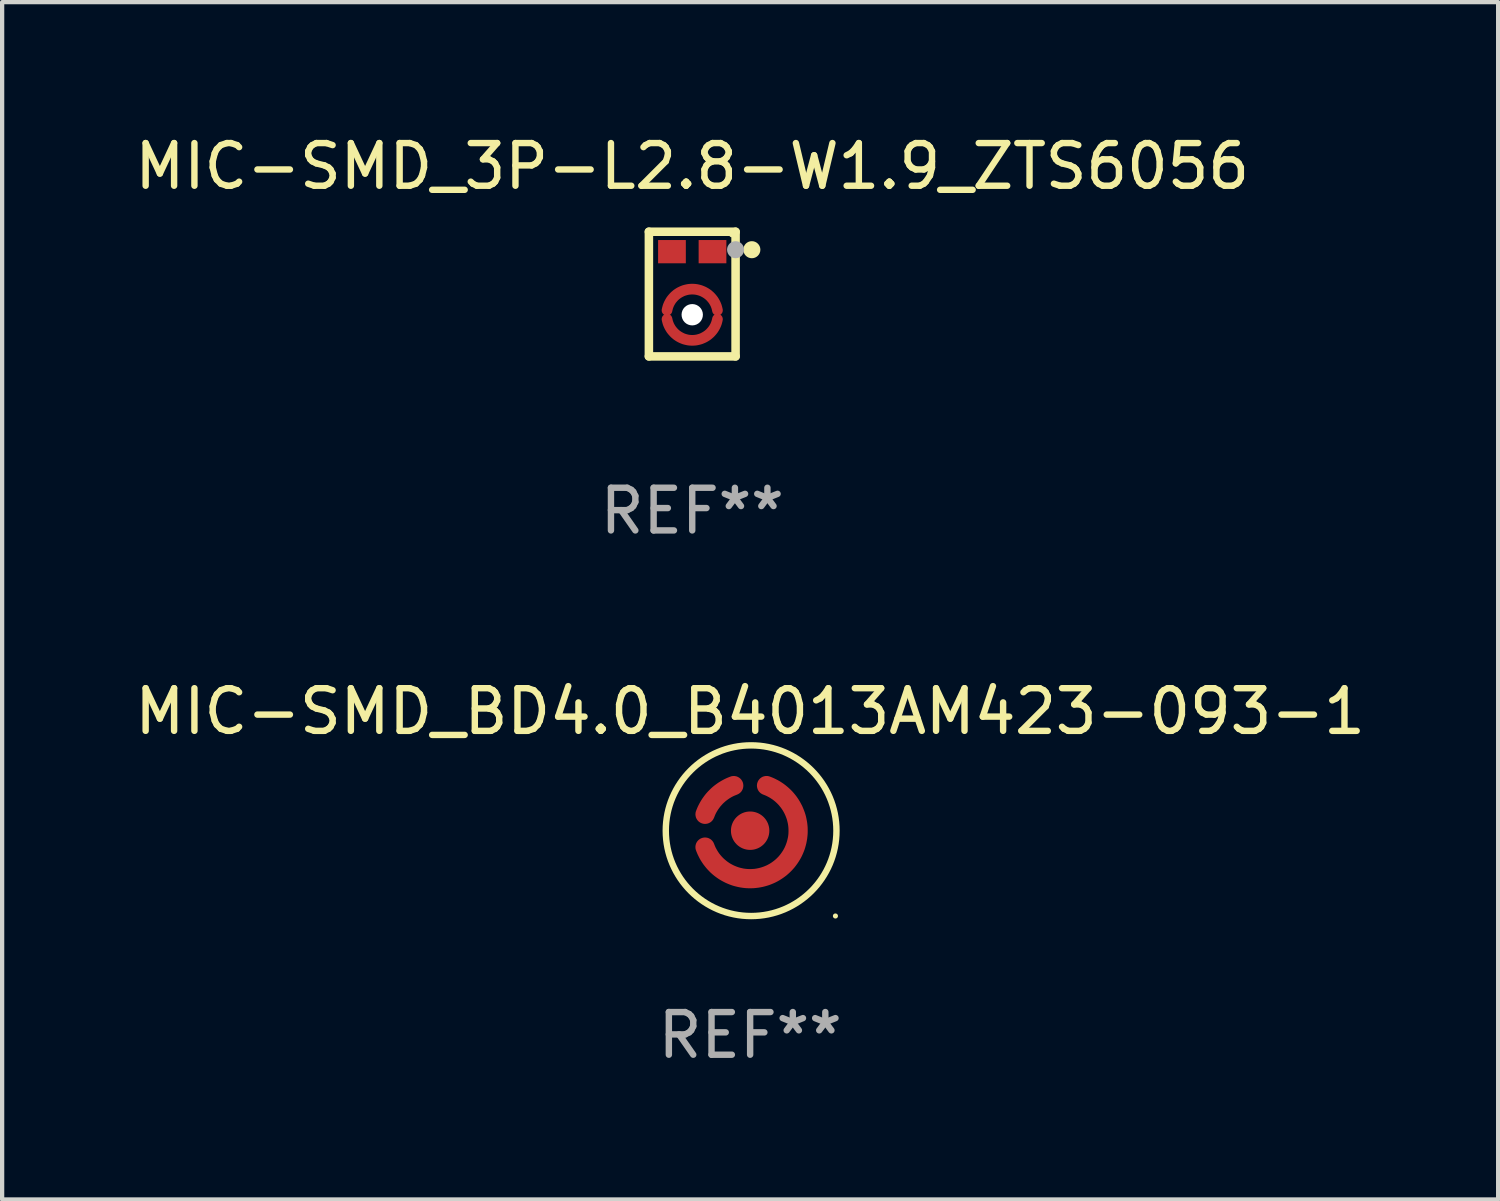
<source format=kicad_pcb>
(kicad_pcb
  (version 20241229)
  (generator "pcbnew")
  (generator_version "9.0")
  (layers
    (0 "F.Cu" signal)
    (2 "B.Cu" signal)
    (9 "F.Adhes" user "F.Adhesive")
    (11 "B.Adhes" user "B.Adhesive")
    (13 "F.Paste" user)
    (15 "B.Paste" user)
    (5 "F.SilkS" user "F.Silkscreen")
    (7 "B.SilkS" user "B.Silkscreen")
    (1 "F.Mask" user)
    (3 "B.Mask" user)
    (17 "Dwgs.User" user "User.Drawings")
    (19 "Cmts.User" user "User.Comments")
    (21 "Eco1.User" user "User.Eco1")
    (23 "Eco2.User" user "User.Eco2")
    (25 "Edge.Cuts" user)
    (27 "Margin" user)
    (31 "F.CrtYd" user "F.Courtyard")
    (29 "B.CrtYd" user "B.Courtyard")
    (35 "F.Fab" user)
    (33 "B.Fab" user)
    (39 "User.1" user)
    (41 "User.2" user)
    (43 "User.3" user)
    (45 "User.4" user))
  (footprint "MIC-SMD_BD4.0_B4013AM423-093-1"
    (layer "F.Cu")
    (at 14.53 16.418)
    (property "Reference" "MIC-SMD_BD4.0_B4013AM423-093-1" (at -0.000025 -2.795 0) (layer "F.SilkS") (effects (font (size 1 1) (thickness 0.15))))
    (attr through_hole)
    (fp_circle (center 0.023 0.000127) (end 2.023 0.000127) (stroke (width 0.15) (type solid)) (fill no) (layer "F.SilkS"))
    (fp_circle (center 1.999 1.999) (end 2.029 1.999) (stroke (width 0.06) (type solid)) (fill no) (layer "F.SilkS"))
    (fp_text user "REF**" (at -0.000025 4.795 0) (layer "F.Fab") (effects (font (size 1 1) (thickness 0.15))))
    (pad "1" smd circle (at 0.000102 0.000127) (size 0.9 0.9) (layers "F.Cu" "F.Mask" "F.Paste"))
    (pad "2" smd custom (at -0.795 -0.795) (size 0.1 0.1) (layers "F.Cu" "F.Mask" "F.Paste") (options (anchor circle)) (primitives (gr_poly (pts (xy 0.488 -0.05) (xy 0.447 -0.034) (xy 0.407 -0.017) (xy 0.368 0.003) (xy 0.33 0.025) (xy 0.294 0.048) (xy 0.258 0.074) (xy 0.224 0.1) (xy 0.191 0.129) (xy 0.159 0.159) (xy 0.129 0.191) (xy 0.1 0.224) (xy 0.074 0.258) (xy 0.048 0.294) (xy 0.025 0.33) (xy 0.003 0.368) (xy -0.017 0.407) (xy -0.034 0.447) (xy -0.05 0.488) (xy -0.059 0.507) (xy -0.069 0.526) (xy -0.081 0.544) (xy -0.094 0.561) (xy -0.109 0.576) (xy -0.125 0.59) (xy -0.143 0.602) (xy -0.162 0.612) (xy -0.181 0.621) (xy -0.202 0.628) (xy -0.223 0.632) (xy -0.244 0.635) (xy -0.265 0.636) (xy -0.287 0.634) (xy -0.308 0.631) (xy -0.329 0.625) (xy -0.349 0.618) (xy -0.368 0.609) (xy -0.386 0.598) (xy -0.404 0.585) (xy -0.42 0.571) (xy -0.434 0.555) (xy -0.447 0.538) (xy -0.458 0.52) (xy -0.468 0.501) (xy -0.476 0.481) (xy -0.481 0.46) (xy -0.485 0.439) (xy -0.487 0.418) (xy -0.486 0.396) (xy -0.484 0.375) (xy -0.48 0.354) (xy -0.473 0.334) (xy -0.454 0.284) (xy -0.433 0.235) (xy -0.409 0.186) (xy -0.384 0.139) (xy -0.357 0.093) (xy -0.329 0.048) (xy -0.298 0.004) (xy -0.266 -0.039) (xy -0.232 -0.081) (xy -0.196 -0.121) (xy -0.159 -0.159) (xy -0.121 -0.196) (xy -0.081 -0.232) (xy -0.039 -0.266) (xy 0.004 -0.298) (xy 0.048 -0.329) (xy 0.093 -0.357) (xy 0.139 -0.384) (xy 0.186 -0.409) (xy 0.235 -0.433) (xy 0.284 -0.454) (xy 0.334 -0.473) (xy 0.354 -0.48) (xy 0.375 -0.484) (xy 0.396 -0.486) (xy 0.418 -0.487) (xy 0.439 -0.485) (xy 0.46 -0.481) (xy 0.481 -0.476) (xy 0.501 -0.468) (xy 0.52 -0.458) (xy 0.538 -0.447) (xy 0.555 -0.434) (xy 0.571 -0.42) (xy 0.585 -0.404) (xy 0.598 -0.386) (xy 0.609 -0.368) (xy 0.618 -0.349) (xy 0.626 -0.329) (xy 0.631 -0.308) (xy 0.634 -0.287) (xy 0.636 -0.265) (xy 0.635 -0.244) (xy 0.632 -0.223) (xy 0.628 -0.202) (xy 0.621 -0.181) (xy 0.612 -0.162) (xy 0.602 -0.143) (xy 0.59 -0.125) (xy 0.576 -0.109) (xy 0.561 -0.094) (xy 0.544 -0.081) (xy 0.526 -0.069) (xy 0.507 -0.059) (xy 0.488 -0.05)) (width 0) (fill yes))))
    (pad "2" smd custom (at 0.795 0.795) (size 0.1 0.1) (layers "F.Cu" "F.Mask" "F.Paste") (options (anchor circle)) (primitives (gr_poly (pts (xy -1.641 -0.488) (xy -1.625 -0.448) (xy -1.608 -0.408) (xy -1.588 -0.37) (xy -1.567 -0.333) (xy -1.544 -0.296) (xy -1.52 -0.261) (xy -1.493 -0.227) (xy -1.465 -0.194) (xy -1.436 -0.163) (xy -1.405 -0.133) (xy -1.372 -0.105) (xy -1.339 -0.078) (xy -1.304 -0.053) (xy -1.268 -0.029) (xy -1.231 -0.008) (xy -1.193 0.012) (xy -1.154 0.03) (xy -1.114 0.046) (xy -1.073 0.061) (xy -1.032 0.073) (xy -0.99 0.083) (xy -0.948 0.092) (xy -0.905 0.098) (xy -0.863 0.102) (xy -0.82 0.104) (xy -0.777 0.104) (xy -0.734 0.102) (xy -0.691 0.099) (xy -0.648 0.092) (xy -0.606 0.084) (xy -0.564 0.074) (xy -0.523 0.062) (xy -0.482 0.048) (xy -0.442 0.032) (xy -0.403 0.015) (xy -0.365 -0.005) (xy -0.328 -0.026) (xy -0.291 -0.05) (xy -0.256 -0.075) (xy -0.223 -0.101) (xy -0.19 -0.129) (xy -0.159 -0.159) (xy -0.129 -0.19) (xy -0.101 -0.223) (xy -0.075 -0.256) (xy -0.05 -0.292) (xy -0.026 -0.328) (xy -0.005 -0.365) (xy 0.015 -0.403) (xy 0.032 -0.442) (xy 0.048 -0.482) (xy 0.062 -0.523) (xy 0.074 -0.564) (xy 0.084 -0.606) (xy 0.093 -0.648) (xy 0.099 -0.691) (xy 0.103 -0.734) (xy 0.104 -0.777) (xy 0.104 -0.82) (xy 0.102 -0.863) (xy 0.098 -0.905) (xy 0.092 -0.948) (xy 0.083 -0.99) (xy 0.073 -1.032) (xy 0.061 -1.073) (xy 0.046 -1.114) (xy 0.03 -1.154) (xy 0.012 -1.193) (xy -0.008 -1.231) (xy -0.029 -1.268) (xy -0.053 -1.304) (xy -0.078 -1.339) (xy -0.105 -1.372) (xy -0.133 -1.405) (xy -0.163 -1.436) (xy -0.194 -1.465) (xy -0.227 -1.493) (xy -0.261 -1.52) (xy -0.296 -1.544) (xy -0.332 -1.567) (xy -0.37 -1.588) (xy -0.408 -1.608) (xy -0.447 -1.625) (xy -0.488 -1.641) (xy -0.507 -1.649) (xy -0.526 -1.66) (xy -0.544 -1.671) (xy -0.561 -1.685) (xy -0.576 -1.7) (xy -0.59 -1.716) (xy -0.602 -1.734) (xy -0.612 -1.753) (xy -0.621 -1.772) (xy -0.627 -1.793) (xy -0.632 -1.813) (xy -0.635 -1.835) (xy -0.636 -1.856) (xy -0.634 -1.877) (xy -0.631 -1.899) (xy -0.625 -1.919) (xy -0.618 -1.939) (xy -0.609 -1.959) (xy -0.598 -1.977) (xy -0.585 -1.994) (xy -0.571 -2.01) (xy -0.555 -2.025) (xy -0.538 -2.038) (xy -0.52 -2.049) (xy -0.501 -2.059) (xy -0.481 -2.066) (xy -0.46 -2.072) (xy -0.439 -2.076) (xy -0.418 -2.077) (xy -0.396 -2.077) (xy -0.375 -2.075) (xy -0.354 -2.07) (xy -0.334 -2.064) (xy -0.285 -2.045) (xy -0.236 -2.024) (xy -0.189 -2.001) (xy -0.142 -1.977) (xy -0.097 -1.951) (xy -0.052 -1.922) (xy -0.009 -1.893) (xy 0.033 -1.861) (xy 0.074 -1.828) (xy 0.114 -1.793) (xy 0.152 -1.757) (xy 0.189 -1.72) (xy 0.224 -1.681) (xy 0.258 -1.64) (xy 0.29 -1.599) (xy 0.32 -1.556) (xy 0.349 -1.512) (xy 0.376 -1.466) (xy 0.401 -1.42) (xy 0.425 -1.373) (xy 0.446 -1.325) (xy 0.466 -1.276) (xy 0.484 -1.227) (xy 0.5 -1.177) (xy 0.514 -1.126) (xy 0.525 -1.075) (xy 0.535 -1.023) (xy 0.543 -0.971) (xy 0.549 -0.919) (xy 0.553 -0.866) (xy 0.554 -0.814) (xy 0.554 -0.761) (xy 0.552 -0.709) (xy 0.547 -0.656) (xy 0.541 -0.604) (xy 0.532 -0.552) (xy 0.522 -0.5) (xy 0.509 -0.449) (xy 0.495 -0.399) (xy 0.479 -0.349) (xy 0.46 -0.299) (xy 0.44 -0.251) (xy 0.418 -0.203) (xy 0.394 -0.156) (xy 0.368 -0.111) (xy 0.34 -0.066) (xy 0.311 -0.022) (xy 0.28 0.02) (xy 0.248 0.062) (xy 0.213 0.102) (xy 0.178 0.14) (xy 0.14 0.178) (xy 0.102 0.213) (xy 0.062 0.248) (xy 0.021 0.28) (xy -0.022 0.311) (xy -0.066 0.34) (xy -0.11 0.368) (xy -0.156 0.394) (xy -0.203 0.418) (xy -0.251 0.44) (xy -0.299 0.46) (xy -0.349 0.479) (xy -0.399 0.495) (xy -0.449 0.509) (xy -0.5 0.522) (xy -0.552 0.532) (xy -0.604 0.541) (xy -0.656 0.547) (xy -0.709 0.552) (xy -0.761 0.554) (xy -0.814 0.554) (xy -0.866 0.553) (xy -0.919 0.549) (xy -0.971 0.543) (xy -1.023 0.535) (xy -1.075 0.525) (xy -1.126 0.513) (xy -1.177 0.5) (xy -1.227 0.484) (xy -1.276 0.466) (xy -1.325 0.446) (xy -1.373 0.425) (xy -1.42 0.401) (xy -1.466 0.376) (xy -1.512 0.349) (xy -1.556 0.32) (xy -1.598 0.29) (xy -1.64 0.258) (xy -1.681 0.224) (xy -1.72 0.189) (xy -1.757 0.152) (xy -1.793 0.114) (xy -1.828 0.074) (xy -1.861 0.033) (xy -1.893 -0.009) (xy -1.922 -0.052) (xy -1.951 -0.097) (xy -1.977 -0.142) (xy -2.001 -0.189) (xy -2.024 -0.236) (xy -2.045 -0.285) (xy -2.064 -0.334) (xy -2.07 -0.354) (xy -2.075 -0.375) (xy -2.077 -0.396) (xy -2.077 -0.418) (xy -2.076 -0.439) (xy -2.072 -0.46) (xy -2.066 -0.481) (xy -2.059 -0.501) (xy -2.049 -0.52) (xy -2.038 -0.538) (xy -2.025 -0.555) (xy -2.01 -0.571) (xy -1.994 -0.585) (xy -1.977 -0.598) (xy -1.959 -0.609) (xy -1.939 -0.618) (xy -1.919 -0.625) (xy -1.899 -0.631) (xy -1.877 -0.634) (xy -1.856 -0.636) (xy -1.835 -0.635) (xy -1.813 -0.632) (xy -1.793 -0.628) (xy -1.772 -0.621) (xy -1.753 -0.612) (xy -1.734 -0.602) (xy -1.716 -0.59) (xy -1.7 -0.576) (xy -1.685 -0.561) (xy -1.671 -0.544) (xy -1.659 -0.526) (xy -1.649 -0.507) (xy -1.641 -0.488)) (width 0) (fill yes)))))
  (footprint "MIC-SMD_3P-L2.8-W1.9_ZTS6056"
    (layer "F.Cu")
    (at 13.173 3.887)
    (property "Reference" "MIC-SMD_3P-L2.8-W1.9_ZTS6056" (at 0 -3.039 0) (layer "F.SilkS") (effects (font (size 1 1) (thickness 0.15))))
    (attr through_hole)
    (fp_line (start -1.016 -1.506) (end -1.016 1.415) (stroke (width 0.2) (type solid)) (layer "F.SilkS"))
    (fp_line (start -1.016 1.415) (end 1.016 1.415) (stroke (width 0.2) (type solid)) (layer "F.SilkS"))
    (fp_line (start 1.016 -1.506) (end -1.016 -1.506) (stroke (width 0.2) (type solid)) (layer "F.SilkS"))
    (fp_line (start 1.016 1.415) (end 1.016 -1.506) (stroke (width 0.2) (type solid)) (layer "F.SilkS"))
    (fp_circle (center 0.925 -1.436) (end 0.955 -1.436) (stroke (width 0.06) (type solid)) (fill no) (layer "F.SilkS"))
    (fp_circle (center 1.397 -1.085) (end 1.497 -1.085) (stroke (width 0.2) (type solid)) (fill no) (layer "F.SilkS"))
    (fp_circle (center 0 0.439) (end 0.063 0.439) (stroke (width 0.125) (type solid)) (fill no) (layer "F.Fab"))
    (fp_circle (center 1.016 -1.085) (end 1.116 -1.085) (stroke (width 0.2) (type solid)) (fill no) (layer "F.Fab"))
    (fp_text user "REF**" (at 0 5.039 0) (layer "F.Fab") (effects (font (size 1 1) (thickness 0.15))))
    (pad "" np_thru_hole circle (at 0 0.439) (size 0.5 0.5) (drill 0.5) (layers "*.Cu" "*.Mask"))
    (pad "1" smd rect (at 0.475 -1.039) (size 0.65 0.545) (layers "F.Cu" "F.Mask" "F.Paste"))
    (pad "2" smd rect (at -0.475 -1.039) (size 0.65 0.545) (layers "F.Cu" "F.Mask" "F.Paste"))
    (pad "3" smd custom (at -0.000025 1.039) (size 0.1 0.1) (layers "F.Cu" "F.Mask" "F.Paste") (options (anchor circle)) (primitives (gr_poly (pts (xy -0.468 -0.518) (xy -0.461 -0.487) (xy -0.453 -0.456) (xy -0.442 -0.426) (xy -0.43 -0.397) (xy -0.415 -0.369) (xy -0.399 -0.342) (xy -0.381 -0.316) (xy -0.361 -0.292) (xy -0.34 -0.268) (xy -0.317 -0.246) (xy -0.293 -0.226) (xy -0.268 -0.208) (xy -0.241 -0.191) (xy -0.213 -0.176) (xy -0.185 -0.162) (xy -0.155 -0.151) (xy -0.125 -0.142) (xy -0.094 -0.134) (xy -0.063 -0.129) (xy -0.032 -0.126) (xy 0 -0.125) (xy 0.032 -0.126) (xy 0.063 -0.129) (xy 0.094 -0.134) (xy 0.125 -0.142) (xy 0.155 -0.151) (xy 0.185 -0.162) (xy 0.213 -0.176) (xy 0.241 -0.191) (xy 0.268 -0.208) (xy 0.293 -0.226) (xy 0.317 -0.246) (xy 0.34 -0.268) (xy 0.361 -0.292) (xy 0.381 -0.316) (xy 0.399 -0.342) (xy 0.415 -0.369) (xy 0.43 -0.397) (xy 0.442 -0.426) (xy 0.453 -0.456) (xy 0.461 -0.487) (xy 0.468 -0.518) (xy 0.472 -0.533) (xy 0.478 -0.549) (xy 0.485 -0.563) (xy 0.495 -0.576) (xy 0.506 -0.588) (xy 0.519 -0.598) (xy 0.533 -0.607) (xy 0.548 -0.613) (xy 0.564 -0.618) (xy 0.58 -0.62) (xy 0.596 -0.621) (xy 0.613 -0.619) (xy 0.628 -0.615) (xy 0.644 -0.609) (xy 0.658 -0.601) (xy 0.671 -0.592) (xy 0.683 -0.58) (xy 0.693 -0.568) (xy 0.702 -0.554) (xy 0.708 -0.539) (xy 0.713 -0.523) (xy 0.715 -0.507) (xy 0.716 -0.49) (xy 0.714 -0.474) (xy 0.706 -0.436) (xy 0.696 -0.398) (xy 0.685 -0.361) (xy 0.671 -0.325) (xy 0.655 -0.289) (xy 0.637 -0.254) (xy 0.618 -0.221) (xy 0.597 -0.188) (xy 0.574 -0.157) (xy 0.549 -0.127) (xy 0.523 -0.098) (xy 0.495 -0.07) (xy 0.466 -0.045) (xy 0.436 -0.02) (xy 0.404 0.002) (xy 0.371 0.023) (xy 0.337 0.042) (xy 0.302 0.059) (xy 0.266 0.074) (xy 0.23 0.088) (xy 0.192 0.099) (xy 0.155 0.108) (xy 0.116 0.116) (xy 0.078 0.121) (xy 0.039 0.124) (xy 0 0.125) (xy -0.039 0.124) (xy -0.078 0.121) (xy -0.116 0.116) (xy -0.155 0.108) (xy -0.192 0.099) (xy -0.23 0.088) (xy -0.266 0.074) (xy -0.302 0.059) (xy -0.337 0.042) (xy -0.371 0.023) (xy -0.404 0.002) (xy -0.436 -0.02) (xy -0.466 -0.045) (xy -0.495 -0.07) (xy -0.523 -0.098) (xy -0.549 -0.127) (xy -0.574 -0.157) (xy -0.597 -0.188) (xy -0.618 -0.221) (xy -0.637 -0.254) (xy -0.655 -0.289) (xy -0.671 -0.325) (xy -0.685 -0.361) (xy -0.696 -0.398) (xy -0.706 -0.436) (xy -0.714 -0.474) (xy -0.716 -0.49) (xy -0.715 -0.507) (xy -0.713 -0.523) (xy -0.708 -0.539) (xy -0.702 -0.554) (xy -0.693 -0.568) (xy -0.683 -0.58) (xy -0.671 -0.592) (xy -0.658 -0.601) (xy -0.644 -0.609) (xy -0.628 -0.615) (xy -0.613 -0.619) (xy -0.596 -0.621) (xy -0.58 -0.62) (xy -0.564 -0.618) (xy -0.548 -0.613) (xy -0.533 -0.607) (xy -0.519 -0.598) (xy -0.506 -0.588) (xy -0.495 -0.576) (xy -0.485 -0.563) (xy -0.478 -0.549) (xy -0.472 -0.533) (xy -0.468 -0.518)) (width 0) (fill yes))))
    (pad "3" smd custom (at 0 -0.161) (size 0.1 0.1) (layers "F.Cu" "F.Mask" "F.Paste") (options (anchor circle)) (primitives (gr_poly (pts (xy 0.468 0.518) (xy 0.461 0.487) (xy 0.453 0.456) (xy 0.442 0.426) (xy 0.43 0.397) (xy 0.415 0.369) (xy 0.399 0.342) (xy 0.381 0.316) (xy 0.361 0.292) (xy 0.34 0.268) (xy 0.317 0.246) (xy 0.293 0.226) (xy 0.268 0.208) (xy 0.241 0.191) (xy 0.213 0.176) (xy 0.185 0.162) (xy 0.155 0.151) (xy 0.125 0.142) (xy 0.094 0.134) (xy 0.063 0.129) (xy 0.032 0.126) (xy 0 0.125) (xy -0.032 0.126) (xy -0.063 0.129) (xy -0.094 0.134) (xy -0.125 0.142) (xy -0.155 0.151) (xy -0.185 0.162) (xy -0.213 0.176) (xy -0.241 0.191) (xy -0.268 0.208) (xy -0.293 0.226) (xy -0.317 0.246) (xy -0.34 0.268) (xy -0.361 0.292) (xy -0.381 0.316) (xy -0.399 0.342) (xy -0.415 0.369) (xy -0.43 0.397) (xy -0.442 0.426) (xy -0.453 0.456) (xy -0.461 0.487) (xy -0.468 0.518) (xy -0.472 0.533) (xy -0.478 0.549) (xy -0.485 0.563) (xy -0.495 0.576) (xy -0.506 0.588) (xy -0.519 0.598) (xy -0.533 0.607) (xy -0.548 0.613) (xy -0.564 0.618) (xy -0.58 0.62) (xy -0.596 0.621) (xy -0.613 0.619) (xy -0.628 0.615) (xy -0.644 0.609) (xy -0.658 0.601) (xy -0.671 0.592) (xy -0.683 0.58) (xy -0.693 0.568) (xy -0.702 0.554) (xy -0.708 0.539) (xy -0.713 0.523) (xy -0.715 0.507) (xy -0.716 0.49) (xy -0.714 0.474) (xy -0.706 0.436) (xy -0.696 0.398) (xy -0.685 0.361) (xy -0.671 0.325) (xy -0.655 0.289) (xy -0.637 0.254) (xy -0.618 0.221) (xy -0.597 0.188) (xy -0.574 0.157) (xy -0.549 0.127) (xy -0.523 0.098) (xy -0.495 0.07) (xy -0.466 0.045) (xy -0.436 0.02) (xy -0.404 -0.002) (xy -0.371 -0.023) (xy -0.337 -0.042) (xy -0.302 -0.059) (xy -0.266 -0.074) (xy -0.23 -0.088) (xy -0.192 -0.099) (xy -0.155 -0.108) (xy -0.116 -0.116) (xy -0.078 -0.121) (xy -0.039 -0.124) (xy 0 -0.125) (xy 0.039 -0.124) (xy 0.078 -0.121) (xy 0.116 -0.116) (xy 0.155 -0.108) (xy 0.192 -0.099) (xy 0.23 -0.088) (xy 0.266 -0.074) (xy 0.302 -0.059) (xy 0.337 -0.042) (xy 0.371 -0.023) (xy 0.404 -0.002) (xy 0.436 0.02) (xy 0.466 0.045) (xy 0.495 0.07) (xy 0.523 0.098) (xy 0.549 0.127) (xy 0.574 0.157) (xy 0.597 0.188) (xy 0.618 0.221) (xy 0.637 0.254) (xy 0.655 0.289) (xy 0.671 0.325) (xy 0.685 0.361) (xy 0.696 0.398) (xy 0.706 0.436) (xy 0.714 0.474) (xy 0.716 0.49) (xy 0.715 0.507) (xy 0.713 0.523) (xy 0.708 0.539) (xy 0.702 0.554) (xy 0.693 0.568) (xy 0.683 0.58) (xy 0.671 0.592) (xy 0.658 0.601) (xy 0.644 0.609) (xy 0.628 0.615) (xy 0.613 0.619) (xy 0.596 0.621) (xy 0.58 0.62) (xy 0.564 0.618) (xy 0.548 0.613) (xy 0.533 0.607) (xy 0.519 0.598) (xy 0.506 0.588) (xy 0.495 0.576) (xy 0.485 0.563) (xy 0.478 0.549) (xy 0.472 0.533) (xy 0.468 0.518)) (width 0) (fill yes)))))
  (gr_rect
    (start -3 -3)
    (end 32.06 25.061)
    (stroke (width 0.1) (type default))
    (fill no)
    (layer "Edge.Cuts")))
</source>
